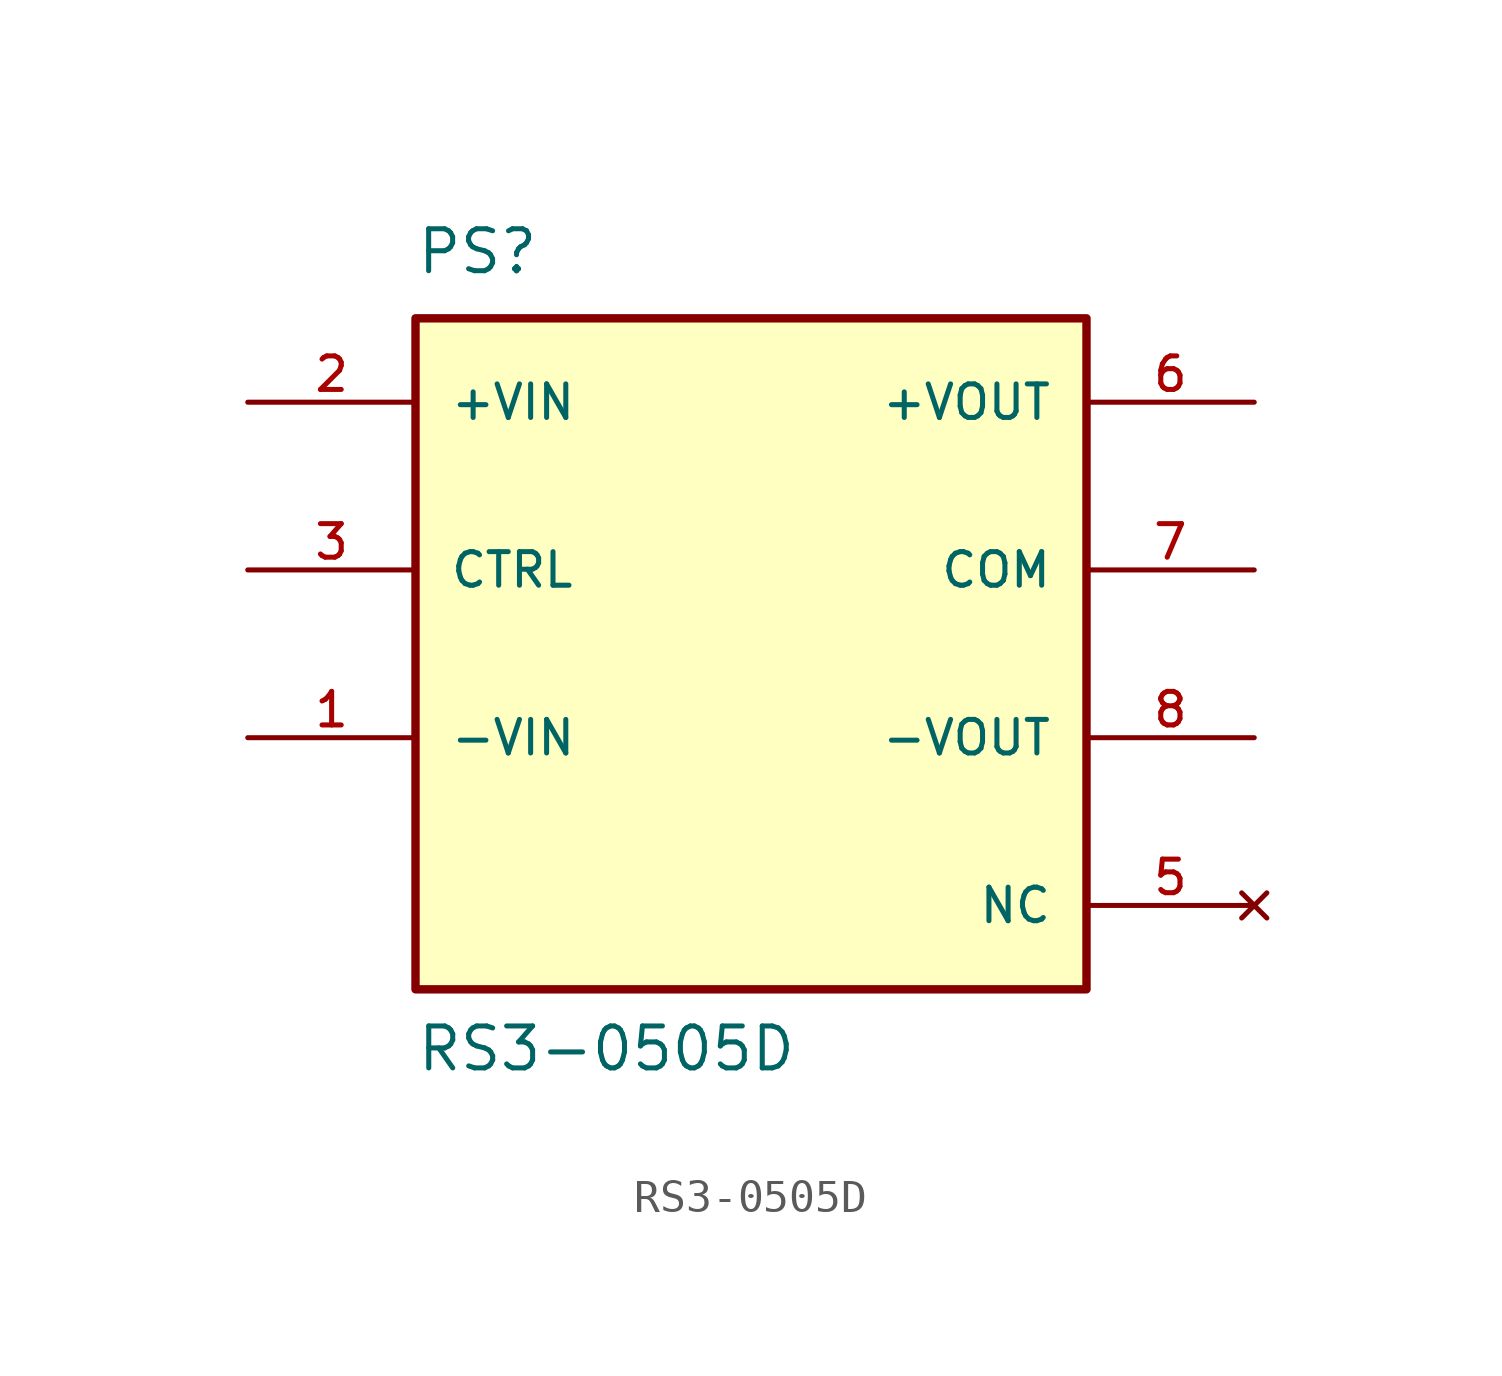
<source format=kicad_sym>
(kicad_symbol_lib
  (version 20211014)
  (generator kicad_symbol_editor)
  (symbol "RS3-0505D"
    (pin_names
      (offset 1.016))
    (property "Reference" "PS"
      (at -10.164 11.438 0)
      (effects (font (size 1.27 1.27)) (justify bottom left)))
    (property "Value" "RS3-0505D"
      (at -10.161 -12.703 0)
      (effects (font (size 1.27 1.27)) (justify bottom left)))
    (symbol "RS3-0505D_0_0"
      (rectangle (start -10.16 -10.16) (end 10.16 10.16) (stroke (width 0.254)) (fill (type background)))
      (pin input line (at -15.24 7.62 0) (length 5.08) (name "+VIN" (effects (font (size 1.016 1.016)))) (number "2" (effects (font (size 1.016 1.016)))))
      (pin output line (at 15.24 7.62 180.0) (length 5.08) (name "+VOUT" (effects (font (size 1.016 1.016)))) (number "6" (effects (font (size 1.016 1.016)))))
      (pin output line (at 15.24 -2.54 180.0) (length 5.08) (name "-VOUT" (effects (font (size 1.016 1.016)))) (number "8" (effects (font (size 1.016 1.016)))))
      (pin no_connect line (at 15.24 -7.62 180.0) (length 5.08) (name "NC" (effects (font (size 1.016 1.016)))) (number "5" (effects (font (size 1.016 1.016)))))
      (pin input line (at -15.24 -2.54 0) (length 5.08) (name "-VIN" (effects (font (size 1.016 1.016)))) (number "1" (effects (font (size 1.016 1.016)))))
      (pin power_in line (at 15.24 2.54 180.0) (length 5.08) (name "COM" (effects (font (size 1.016 1.016)))) (number "7" (effects (font (size 1.016 1.016)))))
      (pin input line (at -15.24 2.54 0) (length 5.08) (name "CTRL" (effects (font (size 1.016 1.016)))) (number "3" (effects (font (size 1.016 1.016))))))))
</source>
